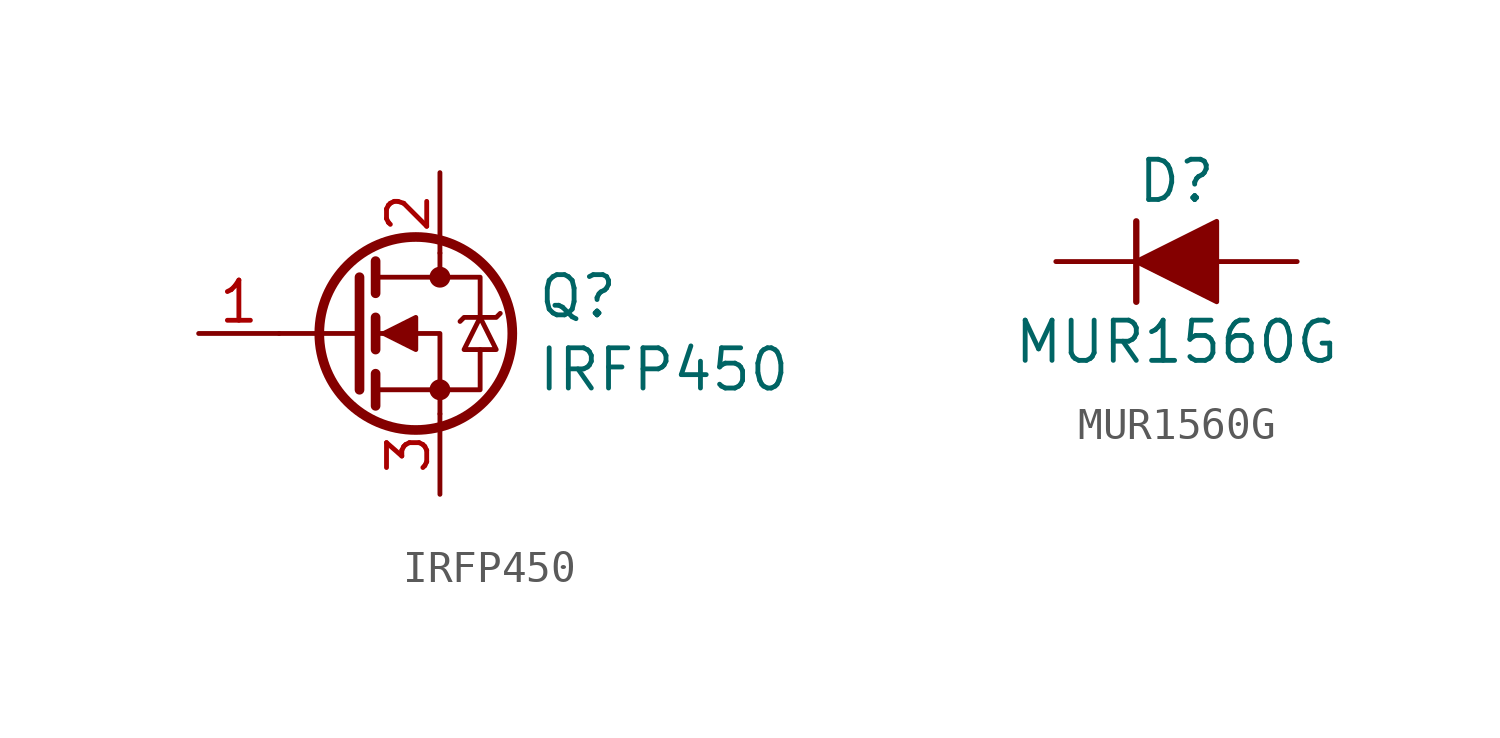
<source format=kicad_sym>
(kicad_symbol_lib
  (version 20211014)
  (generator kicad_symbol_editor)
  (symbol "IRFP450"
    (pin_names
      (offset 1.016) hide)
    (property "Reference" "Q"
      (at 5.588 1.168 0)
      (effects (font (size 1.27 1.27)) (justify left)))
    (property "Value" "IRFP450"
      (at 5.588 -1.143 0)
      (effects (font (size 1.27 1.27)) (justify left)))
    (symbol "IRFP450_0_1"
      (polyline (pts (xy 0 0) (xy -2.54 0)) (stroke (width 0) (type default) (color 0 0 0 0)) (fill (type none)))
      (polyline (pts (xy 0 1.778) (xy 0 -1.778)) (stroke (width 0.305) (type default) (color 0 0 0 0)) (fill (type none)))
      (polyline (pts (xy 0.508 -1.778) (xy 2.54 -1.778)) (stroke (width 0) (type default) (color 0 0 0 0)) (fill (type none)))
      (polyline (pts (xy 0.508 -1.27) (xy 0.508 -2.286)) (stroke (width 0.305) (type default) (color 0 0 0 0)) (fill (type none)))
      (polyline (pts (xy 0.508 0.508) (xy 0.508 -0.508)) (stroke (width 0.305) (type default) (color 0 0 0 0)) (fill (type none)))
      (polyline (pts (xy 0.508 1.27) (xy 0.508 2.286)) (stroke (width 0.305) (type default) (color 0 0 0 0)) (fill (type none)))
      (polyline (pts (xy 0.508 1.778) (xy 2.54 1.778) (xy 2.54 2.54)) (stroke (width 0) (type default) (color 0 0 0 0)) (fill (type none)))
      (polyline (pts (xy 2.54 -2.54) (xy 2.54 0) (xy 0.508 0)) (stroke (width 0) (type default) (color 0 0 0 0)) (fill (type none)))
      (polyline (pts (xy 2.54 1.778) (xy 3.81 1.778) (xy 3.81 0.508)) (stroke (width 0) (type default) (color 0 0 0 0)) (fill (type none)))
      (polyline (pts (xy 3.81 -0.508) (xy 3.81 -1.778) (xy 2.54 -1.778)) (stroke (width 0) (type default) (color 0 0 0 0)) (fill (type none)))
      (polyline (pts (xy 0.762 0) (xy 1.778 0.508) (xy 1.778 -0.508) (xy 0.762 0)) (stroke (width 0) (type default) (color 0 0 0 0)) (fill (type outline)))
      (polyline (pts (xy 3.81 0.508) (xy 3.302 -0.508) (xy 4.318 -0.508) (xy 3.81 0.508)) (stroke (width 0) (type default) (color 0 0 0 0)) (fill (type none)))
      (polyline (pts (xy 4.445 0.635) (xy 4.318 0.508) (xy 3.302 0.508) (xy 3.175 0.381)) (stroke (width 0) (type default) (color 0 0 0 0)) (fill (type none)))
      (circle (center 1.778 0) (radius 3.048) (stroke (width 0.305) (type default) (color 0 0 0 0)) (fill (type none)))
      (circle (center 2.54 -1.778) (radius 0.254) (stroke (width 0) (type default) (color 0 0 0 0)) (fill (type outline)))
      (circle (center 2.54 1.778) (radius 0.254) (stroke (width 0) (type default) (color 0 0 0 0)) (fill (type outline))))
    (symbol "IRFP450_1_1"
      (pin input line (at -5.08 0 0) (length 2.54) (name "G" (effects (font (size 1.27 1.27)))) (number "1" (effects (font (size 1.27 1.27)))))
      (pin passive line (at 2.54 5.08 270) (length 2.54) (name "D" (effects (font (size 1.27 1.27)))) (number "2" (effects (font (size 1.27 1.27)))))
      (pin passive line (at 2.54 -5.08 90) (length 2.54) (name "S" (effects (font (size 1.27 1.27)))) (number "3" (effects (font (size 1.27 1.27)))))))
  (symbol "MUR1560G"
    (pin_numbers hide)
    (pin_names hide)
    (property "Reference" "D"
      (at 0 2.54 0)
      (effects (font (size 1.27 1.27))))
    (property "Value" "MUR1560G"
      (at 0 -2.54 0)
      (effects (font (size 1.27 1.27))))
    (symbol "MUR1560G_0_1"
      (polyline (pts (xy -1.27 1.27) (xy -1.27 -1.27)) (stroke (width 0.2) (type default) (color 0 0 0 0)) (fill (type none)))
      (polyline (pts (xy 1.27 0) (xy 1.27 1.27) (xy -1.27 0) (xy 1.27 -1.27) (xy 1.27 0)) (stroke (width 0) (type default) (color 0 0 0 0)) (fill (type outline))))
    (symbol "MUR1560G_1_1"
      (pin passive line (at -3.81 0 0) (length 2.54) (name "Cathode" (effects (font (size 1.27 1.27)))) (number "1" (effects (font (size 1.27 1.27)))))
      (pin passive line (at 3.81 0 180) (length 2.54) (name "Anode" (effects (font (size 1.27 1.27)))) (number "2" (effects (font (size 1.27 1.27))))))))
</source>
